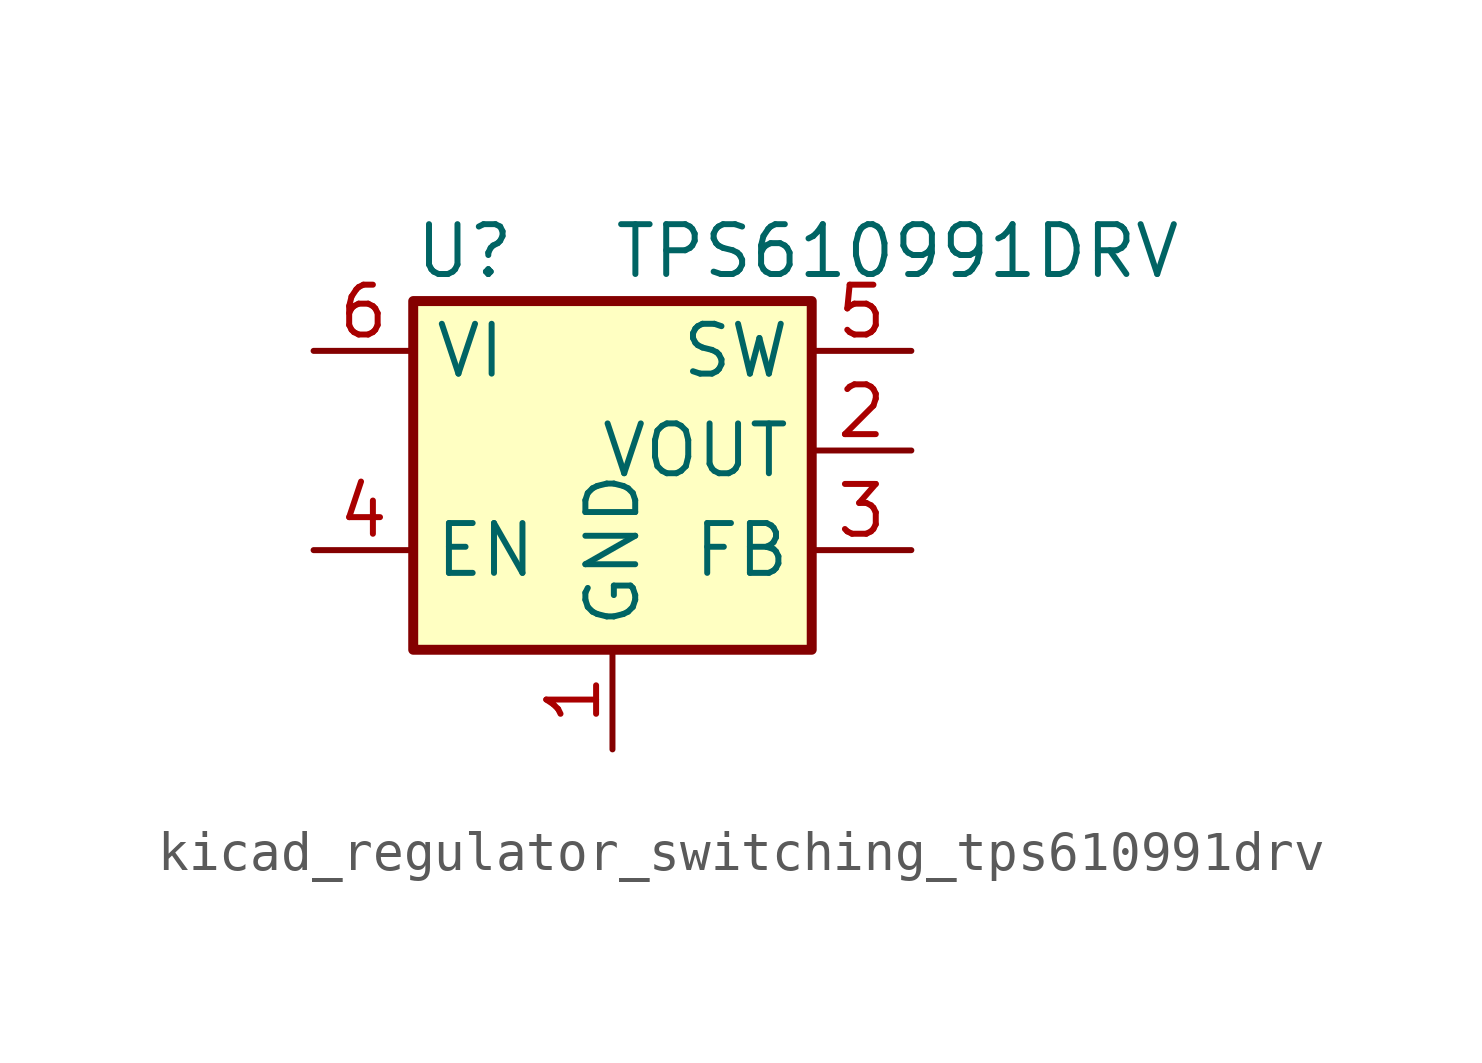
<source format=kicad_sym>
(kicad_symbol_lib
  (version 20220914)
  (generator kicad_symbol_editor)
  (symbol "kicad_regulator_switching_tps610991drv"
    (property "Reference" "U"
      (at -5.08 7.62 0)
      (effects (font (size 1.27 1.27)) (justify left)))
    (property "Value" "TPS610991DRV"
      (at 0 7.62 0)
      (effects (font (size 1.27 1.27)) (justify left)))
    (symbol "kicad_regulator_switching_tps610991drv_0_1"
      (rectangle (start -5.08 6.35) (end 5.08 -2.54) (stroke (width 0.254) (type default)) (fill (type background))))
    (symbol "kicad_regulator_switching_tps610991drv_1_1"
      (pin power_in line (at 0 -5.08 90) (length 2.54) (name "GND" (effects (font (size 1.27 1.27)))) (number "1" (effects (font (size 1.27 1.27)))))
      (pin power_out line (at 7.62 2.54 180) (length 2.54) (name "VOUT" (effects (font (size 1.27 1.27)))) (number "2" (effects (font (size 1.27 1.27)))))
      (pin passive line (at 7.62 0 180) (length 2.54) (name "FB" (effects (font (size 1.27 1.27)))) (number "3" (effects (font (size 1.27 1.27)))))
      (pin input line (at -7.62 0 0) (length 2.54) (name "EN" (effects (font (size 1.27 1.27)))) (number "4" (effects (font (size 1.27 1.27)))))
      (pin power_in line (at 7.62 5.08 180) (length 2.54) (name "SW" (effects (font (size 1.27 1.27)))) (number "5" (effects (font (size 1.27 1.27)))))
      (pin power_in line (at -7.62 5.08 0) (length 2.54) (name "VI" (effects (font (size 1.27 1.27)))) (number "6" (effects (font (size 1.27 1.27)))))
      (pin passive line (at 0 -5.08 90) (length 2.54) hide (name "GND" (effects (font (size 1.27 1.27)))) (number "7" (effects (font (size 1.27 1.27))))))))
</source>
